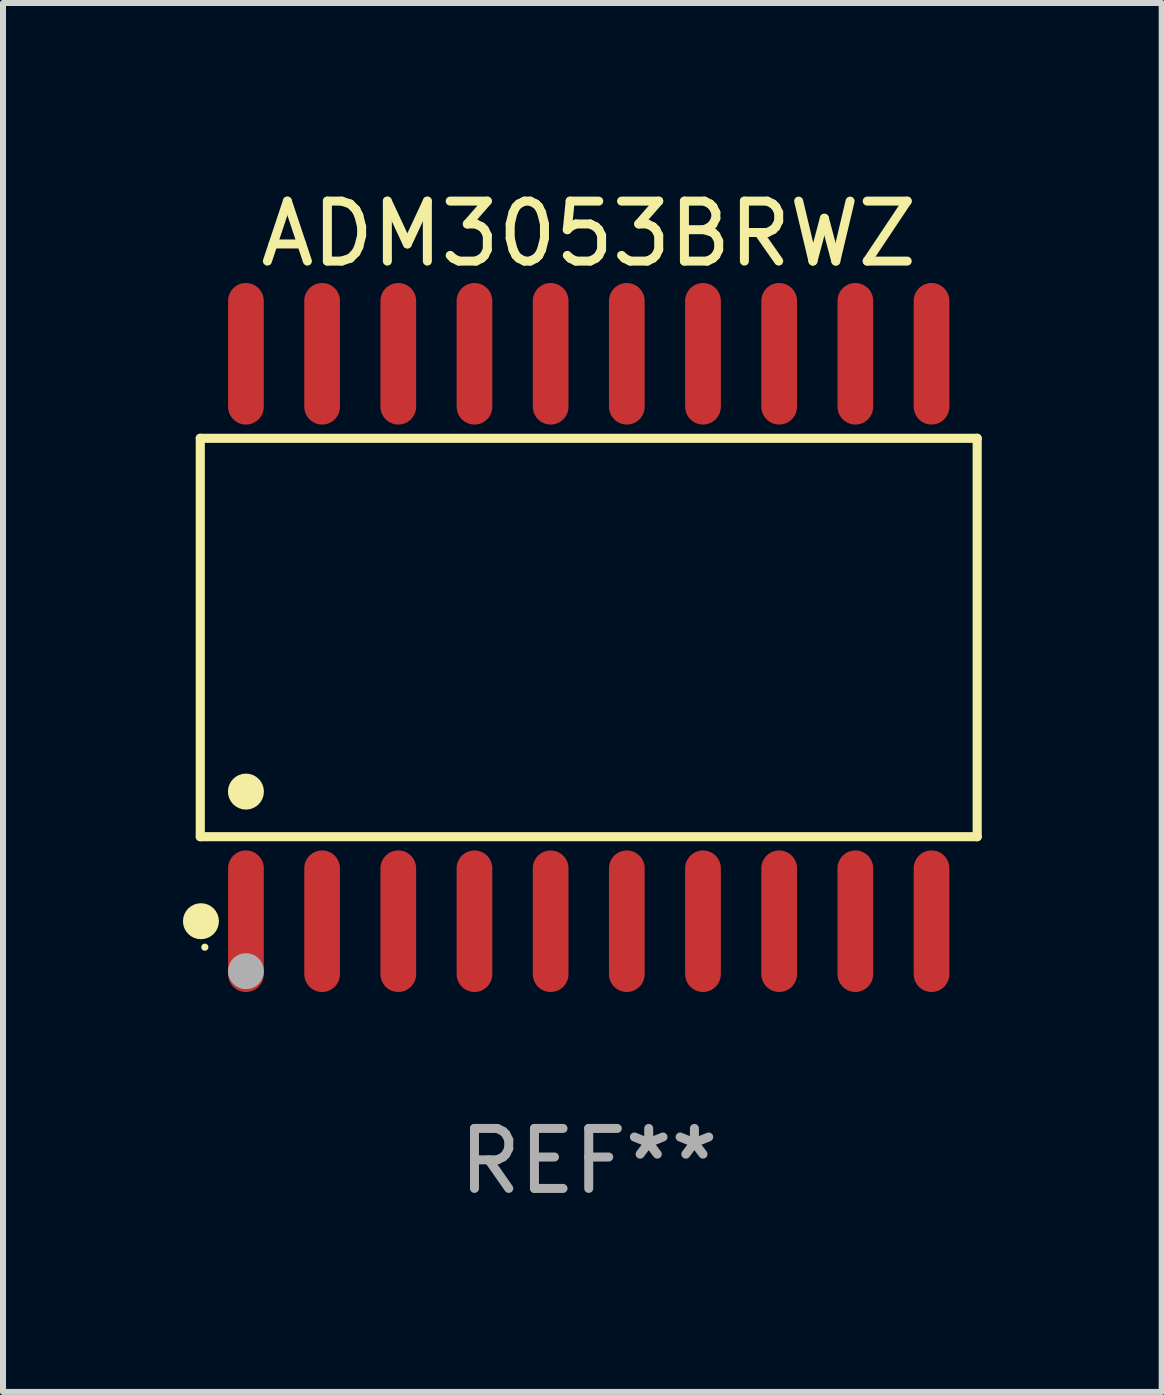
<source format=kicad_pcb>
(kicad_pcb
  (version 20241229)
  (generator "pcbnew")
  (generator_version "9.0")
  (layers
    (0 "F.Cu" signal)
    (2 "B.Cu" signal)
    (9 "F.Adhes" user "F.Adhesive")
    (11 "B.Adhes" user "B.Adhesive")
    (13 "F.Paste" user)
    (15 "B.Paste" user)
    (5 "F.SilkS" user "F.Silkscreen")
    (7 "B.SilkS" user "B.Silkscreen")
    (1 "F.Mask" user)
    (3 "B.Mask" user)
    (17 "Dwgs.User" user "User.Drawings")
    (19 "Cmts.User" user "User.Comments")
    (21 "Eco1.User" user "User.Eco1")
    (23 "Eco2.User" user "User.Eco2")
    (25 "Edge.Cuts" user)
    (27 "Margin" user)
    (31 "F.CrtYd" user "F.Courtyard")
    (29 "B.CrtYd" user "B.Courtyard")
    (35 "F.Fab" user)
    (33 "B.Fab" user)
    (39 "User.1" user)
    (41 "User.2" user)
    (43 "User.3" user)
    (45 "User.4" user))
  (footprint "ADM3053BRWZ"
    (layer "F.Cu")
    (at 6.765 7.578)
    (property "Reference" "ADM3053BRWZ" (at 0 -6.73 0) (layer "F.SilkS") (effects (font (size 1 1) (thickness 0.15))))
    (attr through_hole)
    (fp_line (start -6.476 -3.321) (end 6.476 -3.321) (stroke (width 0.152) (type solid)) (layer "F.SilkS"))
    (fp_line (start -6.476 3.321) (end -6.476 -3.321) (stroke (width 0.152) (type solid)) (layer "F.SilkS"))
    (fp_line (start 6.476 -3.321) (end 6.476 3.321) (stroke (width 0.152) (type solid)) (layer "F.SilkS"))
    (fp_line (start 6.476 3.321) (end -6.476 3.321) (stroke (width 0.152) (type solid)) (layer "F.SilkS"))
    (fp_circle (center -6.465 4.73) (end -6.315 4.73) (stroke (width 0.3) (type solid)) (fill no) (layer "F.SilkS"))
    (fp_circle (center -6.4 5.163) (end -6.37 5.163) (stroke (width 0.06) (type solid)) (fill no) (layer "F.SilkS"))
    (fp_circle (center -5.715 2.569) (end -5.565 2.569) (stroke (width 0.3) (type solid)) (fill no) (layer "F.SilkS"))
    (fp_circle (center -5.715 5.563) (end -5.565 5.563) (stroke (width 0.3) (type solid)) (fill no) (layer "F.Fab"))
    (fp_text user "REF**" (at 0 8.73 0) (layer "F.Fab") (effects (font (size 1 1) (thickness 0.15))))
    (pad "1" smd oval (at -5.715 4.73) (size 0.595 2.36) (layers "F.Cu" "F.Mask" "F.Paste"))
    (pad "2" smd oval (at -4.445 4.73) (size 0.595 2.36) (layers "F.Cu" "F.Mask" "F.Paste"))
    (pad "3" smd oval (at -3.175 4.73) (size 0.595 2.36) (layers "F.Cu" "F.Mask" "F.Paste"))
    (pad "4" smd oval (at -1.905 4.73) (size 0.595 2.36) (layers "F.Cu" "F.Mask" "F.Paste"))
    (pad "5" smd oval (at -0.635 4.73) (size 0.595 2.36) (layers "F.Cu" "F.Mask" "F.Paste"))
    (pad "6" smd oval (at 0.635 4.73) (size 0.595 2.36) (layers "F.Cu" "F.Mask" "F.Paste"))
    (pad "7" smd oval (at 1.905 4.73) (size 0.595 2.36) (layers "F.Cu" "F.Mask" "F.Paste"))
    (pad "8" smd oval (at 3.175 4.73) (size 0.595 2.36) (layers "F.Cu" "F.Mask" "F.Paste"))
    (pad "9" smd oval (at 4.445 4.73) (size 0.595 2.36) (layers "F.Cu" "F.Mask" "F.Paste"))
    (pad "10" smd oval (at 5.715 4.73) (size 0.595 2.36) (layers "F.Cu" "F.Mask" "F.Paste"))
    (pad "11" smd oval (at 5.715 -4.73) (size 0.595 2.36) (layers "F.Cu" "F.Mask" "F.Paste"))
    (pad "12" smd oval (at 4.445 -4.73) (size 0.595 2.36) (layers "F.Cu" "F.Mask" "F.Paste"))
    (pad "13" smd oval (at 3.175 -4.73) (size 0.595 2.36) (layers "F.Cu" "F.Mask" "F.Paste"))
    (pad "14" smd oval (at 1.905 -4.73) (size 0.595 2.36) (layers "F.Cu" "F.Mask" "F.Paste"))
    (pad "15" smd oval (at 0.635 -4.73) (size 0.595 2.36) (layers "F.Cu" "F.Mask" "F.Paste"))
    (pad "16" smd oval (at -0.635 -4.73) (size 0.595 2.36) (layers "F.Cu" "F.Mask" "F.Paste"))
    (pad "17" smd oval (at -1.905 -4.73) (size 0.595 2.36) (layers "F.Cu" "F.Mask" "F.Paste"))
    (pad "18" smd oval (at -3.175 -4.73) (size 0.595 2.36) (layers "F.Cu" "F.Mask" "F.Paste"))
    (pad "19" smd oval (at -4.445 -4.73) (size 0.595 2.36) (layers "F.Cu" "F.Mask" "F.Paste"))
    (pad "20" smd oval (at -5.715 -4.73) (size 0.595 2.36) (layers "F.Cu" "F.Mask" "F.Paste")))
  (gr_rect
    (start -3 -3)
    (end 16.317 20.156)
    (stroke (width 0.1) (type default))
    (fill no)
    (layer "Edge.Cuts")))
</source>
